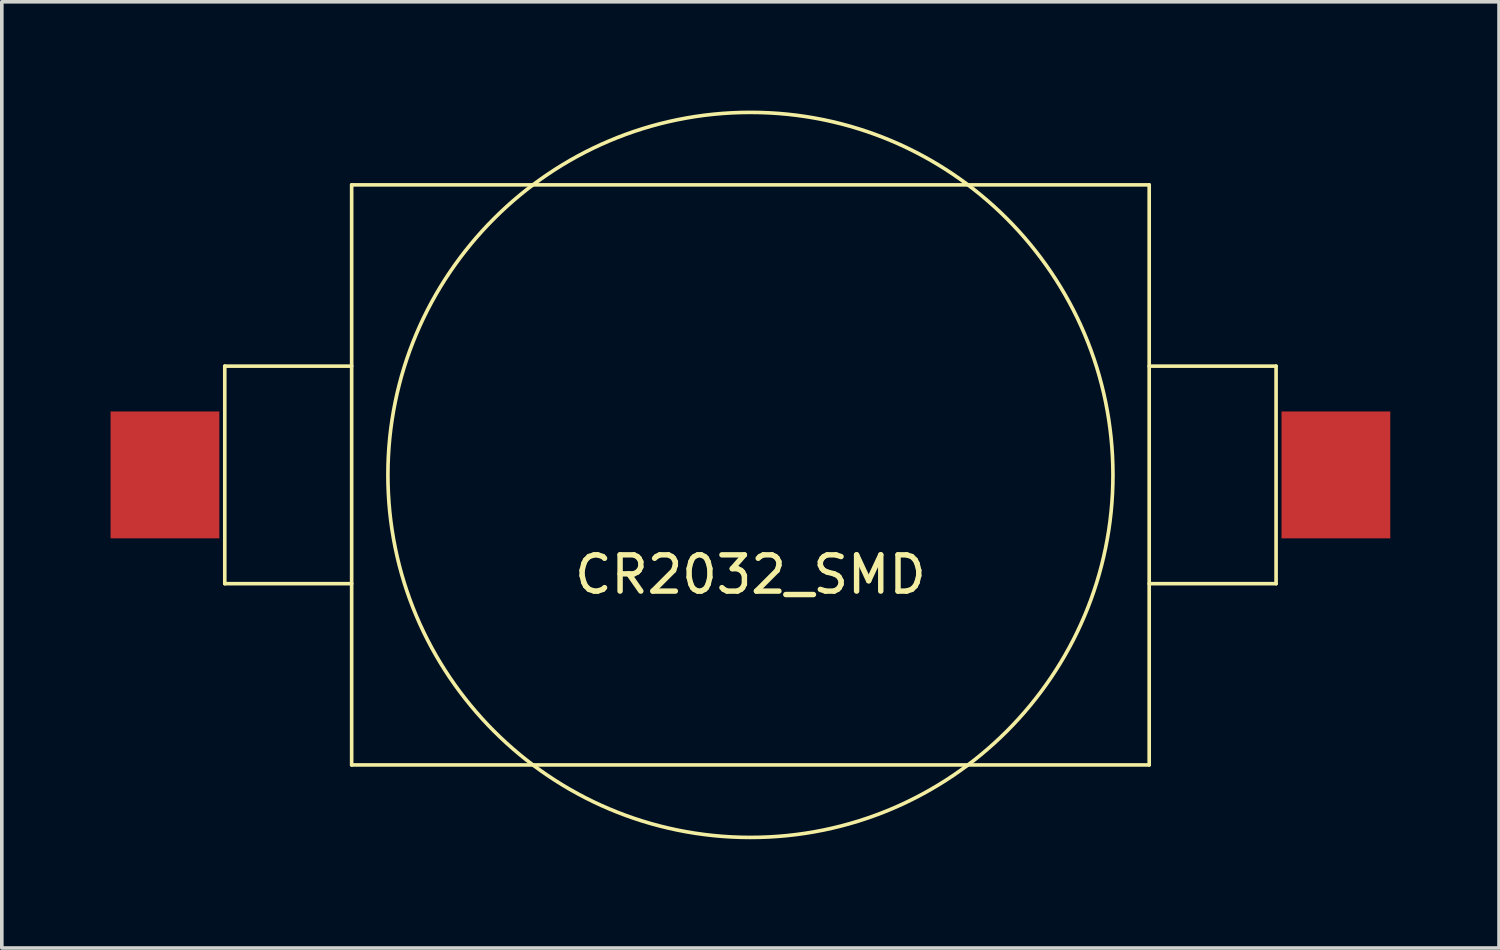
<source format=kicad_pcb>
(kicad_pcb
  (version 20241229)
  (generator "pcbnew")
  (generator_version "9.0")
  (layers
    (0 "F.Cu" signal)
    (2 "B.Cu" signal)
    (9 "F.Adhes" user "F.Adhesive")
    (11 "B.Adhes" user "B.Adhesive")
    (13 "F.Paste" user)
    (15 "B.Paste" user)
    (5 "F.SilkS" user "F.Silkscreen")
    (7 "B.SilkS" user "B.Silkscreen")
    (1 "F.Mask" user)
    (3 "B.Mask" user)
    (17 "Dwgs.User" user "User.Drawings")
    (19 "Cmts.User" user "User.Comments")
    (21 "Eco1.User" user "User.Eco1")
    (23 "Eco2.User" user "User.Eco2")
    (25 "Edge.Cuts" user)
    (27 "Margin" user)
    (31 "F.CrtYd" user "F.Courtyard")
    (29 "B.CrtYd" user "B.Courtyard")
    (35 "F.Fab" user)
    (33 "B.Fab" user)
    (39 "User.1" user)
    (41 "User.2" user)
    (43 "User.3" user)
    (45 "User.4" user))
  (footprint "CR2032_SMD"
    (layer "F.Cu")
    (at 17.65 10.05)
    (property "Reference" "CR2032_SMD" (at 0 2.75 0) (layer "F.SilkS") (effects (font (size 1 1) (thickness 0.15))))
    (attr through_hole)
    (fp_line (start -14.5 -3) (end -11 -3) (stroke (width 0.1) (type solid)) (layer "F.SilkS"))
    (fp_line (start -14.5 3) (end -14.5 -3) (stroke (width 0.1) (type solid)) (layer "F.SilkS"))
    (fp_line (start -11 -8) (end 11 -8) (stroke (width 0.1) (type solid)) (layer "F.SilkS"))
    (fp_line (start -11 3) (end -14.5 3) (stroke (width 0.1) (type solid)) (layer "F.SilkS"))
    (fp_line (start -11 8) (end -11 -8) (stroke (width 0.1) (type solid)) (layer "F.SilkS"))
    (fp_line (start 11 -8) (end 11 8) (stroke (width 0.1) (type solid)) (layer "F.SilkS"))
    (fp_line (start 11 -3) (end 14.5 -3) (stroke (width 0.1) (type solid)) (layer "F.SilkS"))
    (fp_line (start 11 8) (end -11 8) (stroke (width 0.1) (type solid)) (layer "F.SilkS"))
    (fp_line (start 14.5 -3) (end 14.5 3) (stroke (width 0.1) (type solid)) (layer "F.SilkS"))
    (fp_line (start 14.5 3) (end 11 3) (stroke (width 0.1) (type solid)) (layer "F.SilkS"))
    (fp_circle (center 0 0) (end 10 0) (stroke (width 0.1) (type solid)) (fill no) (layer "F.SilkS"))
    (pad "1" smd rect (at -16.15 0) (size 3 3.5) (layers "F.Cu" "F.Mask" "F.Paste"))
    (pad "2" smd rect (at 16.15 0) (size 3 3.5) (layers "F.Cu" "F.Mask" "F.Paste")))
  (gr_rect
    (start -3 -3)
    (end 38.3 23.1)
    (stroke (width 0.1) (type default))
    (fill no)
    (layer "Edge.Cuts")))
</source>
